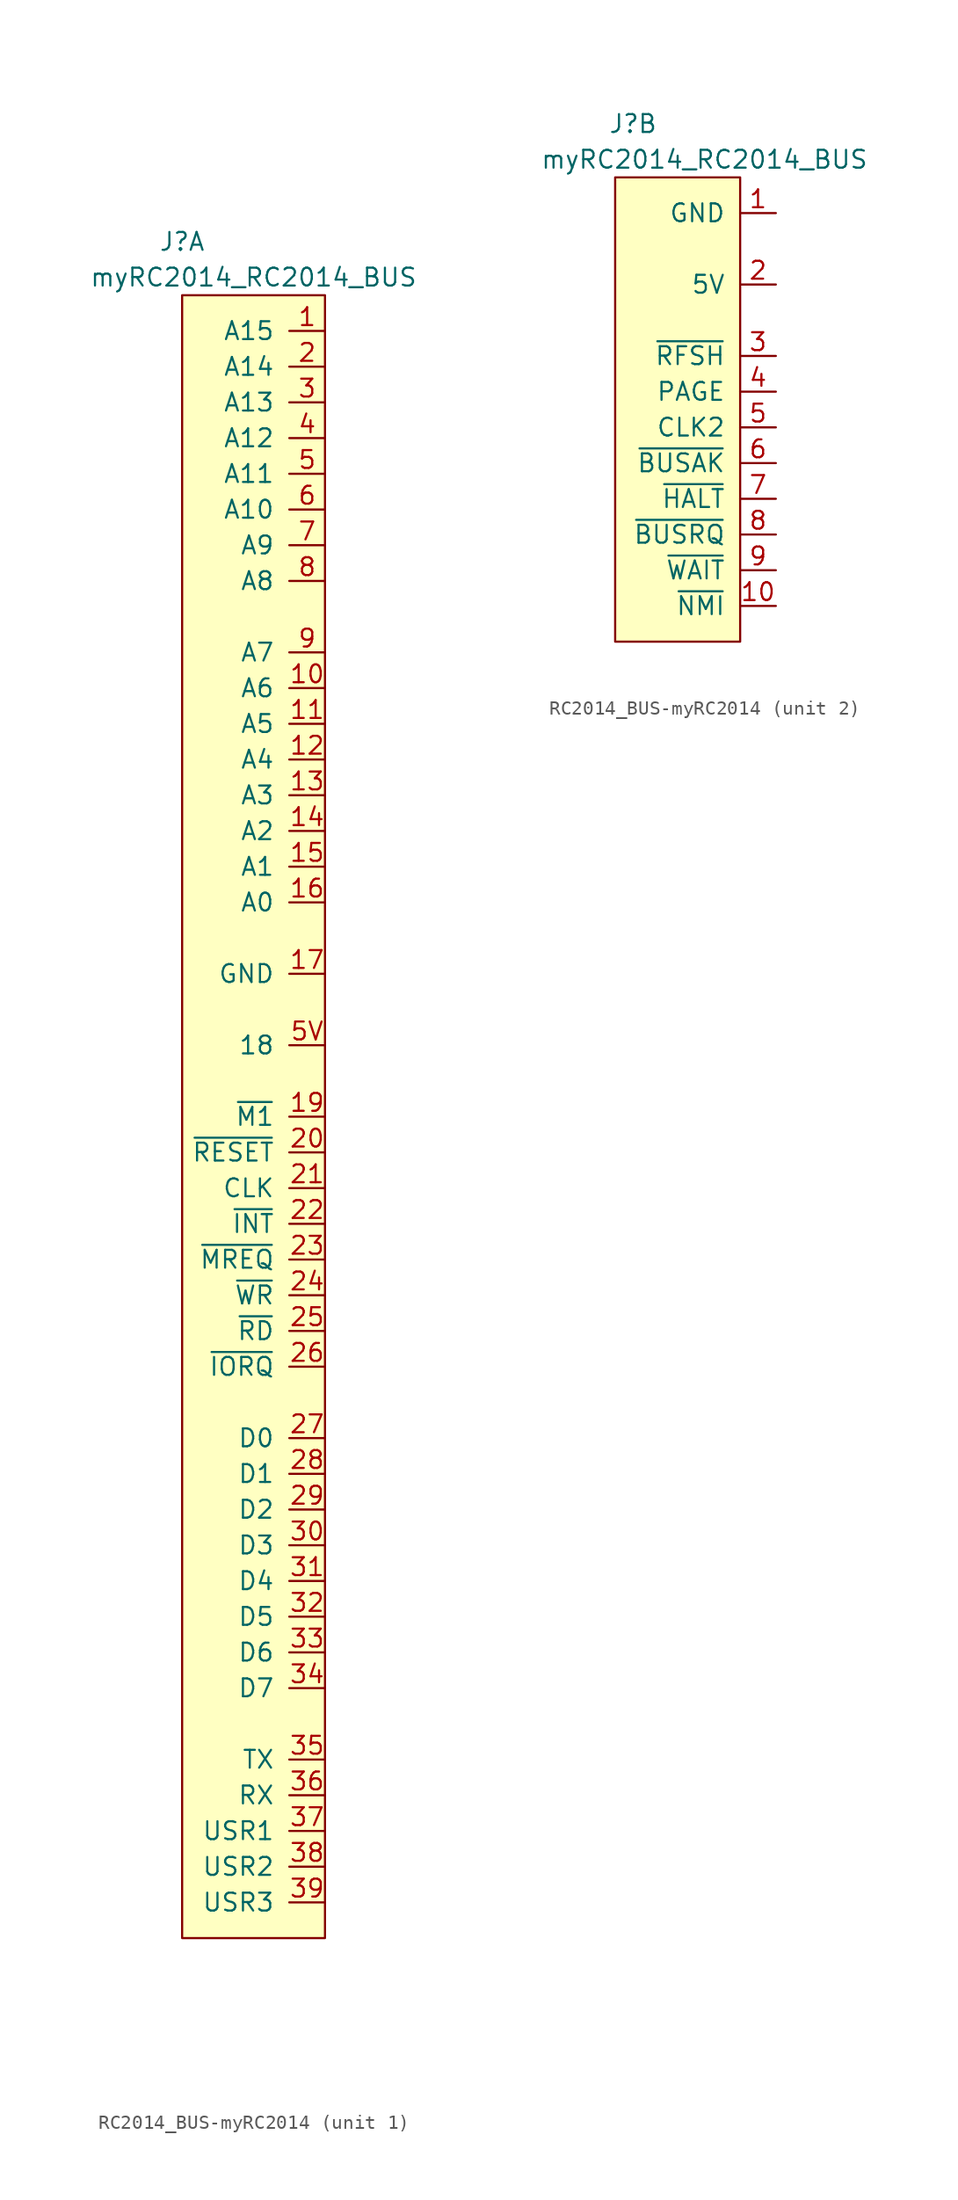
<source format=kicad_sym>
(kicad_symbol_lib
  (version 20220914)
  (generator kicad_symbol_editor)
  (symbol "RC2014_BUS-myRC2014"
    (pin_names
      (offset 1.016))
    (property "Reference" "J"
      (at -10.16 6.35 0)
      (effects (font (size 1.27 1.27))))
    (property "Value" "myRC2014_RC2014_BUS"
      (at -5.08 3.81 0)
      (effects (font (size 1.27 1.27))))
    (property "ki_locked" ""
      (at 0 0 0)
      (effects (font (size 1.27 1.27))))
    (symbol "RC2014_BUS-myRC2014_1_1"
      (rectangle (start 0 2.54) (end -10.16 -114.3) (stroke (width 0) (type solid)) (fill (type background)))
      (pin input line (at 0 0 180) (length 2.54) (name "A15" (effects (font (size 1.27 1.27)))) (number "1" (effects (font (size 1.27 1.27)))))
      (pin input line (at 0 -25.4 180) (length 2.54) (name "A6" (effects (font (size 1.27 1.27)))) (number "10" (effects (font (size 1.27 1.27)))))
      (pin input line (at 0 -27.94 180) (length 2.54) (name "A5" (effects (font (size 1.27 1.27)))) (number "11" (effects (font (size 1.27 1.27)))))
      (pin input line (at 0 -30.48 180) (length 2.54) (name "A4" (effects (font (size 1.27 1.27)))) (number "12" (effects (font (size 1.27 1.27)))))
      (pin input line (at 0 -33.02 180) (length 2.54) (name "A3" (effects (font (size 1.27 1.27)))) (number "13" (effects (font (size 1.27 1.27)))))
      (pin input line (at 0 -35.56 180) (length 2.54) (name "A2" (effects (font (size 1.27 1.27)))) (number "14" (effects (font (size 1.27 1.27)))))
      (pin input line (at 0 -38.1 180) (length 2.54) (name "A1" (effects (font (size 1.27 1.27)))) (number "15" (effects (font (size 1.27 1.27)))))
      (pin input line (at 0 -40.64 180) (length 2.54) (name "A0" (effects (font (size 1.27 1.27)))) (number "16" (effects (font (size 1.27 1.27)))))
      (pin input line (at 0 -45.72 180) (length 2.54) (name "GND" (effects (font (size 1.27 1.27)))) (number "17" (effects (font (size 1.27 1.27)))))
      (pin input line (at 0 -55.88 180) (length 2.54) (name "~{M1}" (effects (font (size 1.27 1.27)))) (number "19" (effects (font (size 1.27 1.27)))))
      (pin input line (at 0 -2.54 180) (length 2.54) (name "A14" (effects (font (size 1.27 1.27)))) (number "2" (effects (font (size 1.27 1.27)))))
      (pin input line (at 0 -58.42 180) (length 2.54) (name "~{RESET}" (effects (font (size 1.27 1.27)))) (number "20" (effects (font (size 1.27 1.27)))))
      (pin input line (at 0 -60.96 180) (length 2.54) (name "CLK" (effects (font (size 1.27 1.27)))) (number "21" (effects (font (size 1.27 1.27)))))
      (pin input line (at 0 -63.5 180) (length 2.54) (name "~{INT}" (effects (font (size 1.27 1.27)))) (number "22" (effects (font (size 1.27 1.27)))))
      (pin input line (at 0 -66.04 180) (length 2.54) (name "~{MREQ}" (effects (font (size 1.27 1.27)))) (number "23" (effects (font (size 1.27 1.27)))))
      (pin input line (at 0 -68.58 180) (length 2.54) (name "~{WR}" (effects (font (size 1.27 1.27)))) (number "24" (effects (font (size 1.27 1.27)))))
      (pin input line (at 0 -71.12 180) (length 2.54) (name "~{RD}" (effects (font (size 1.27 1.27)))) (number "25" (effects (font (size 1.27 1.27)))))
      (pin input line (at 0 -73.66 180) (length 2.54) (name "~{IORQ}" (effects (font (size 1.27 1.27)))) (number "26" (effects (font (size 1.27 1.27)))))
      (pin input line (at 0 -78.74 180) (length 2.54) (name "D0" (effects (font (size 1.27 1.27)))) (number "27" (effects (font (size 1.27 1.27)))))
      (pin input line (at 0 -81.28 180) (length 2.54) (name "D1" (effects (font (size 1.27 1.27)))) (number "28" (effects (font (size 1.27 1.27)))))
      (pin input line (at 0 -83.82 180) (length 2.54) (name "D2" (effects (font (size 1.27 1.27)))) (number "29" (effects (font (size 1.27 1.27)))))
      (pin input line (at 0 -5.08 180) (length 2.54) (name "A13" (effects (font (size 1.27 1.27)))) (number "3" (effects (font (size 1.27 1.27)))))
      (pin input line (at 0 -86.36 180) (length 2.54) (name "D3" (effects (font (size 1.27 1.27)))) (number "30" (effects (font (size 1.27 1.27)))))
      (pin input line (at 0 -88.9 180) (length 2.54) (name "D4" (effects (font (size 1.27 1.27)))) (number "31" (effects (font (size 1.27 1.27)))))
      (pin input line (at 0 -91.44 180) (length 2.54) (name "D5" (effects (font (size 1.27 1.27)))) (number "32" (effects (font (size 1.27 1.27)))))
      (pin input line (at 0 -93.98 180) (length 2.54) (name "D6" (effects (font (size 1.27 1.27)))) (number "33" (effects (font (size 1.27 1.27)))))
      (pin input line (at 0 -96.52 180) (length 2.54) (name "D7" (effects (font (size 1.27 1.27)))) (number "34" (effects (font (size 1.27 1.27)))))
      (pin input line (at 0 -101.6 180) (length 2.54) (name "TX" (effects (font (size 1.27 1.27)))) (number "35" (effects (font (size 1.27 1.27)))))
      (pin input line (at 0 -104.14 180) (length 2.54) (name "RX" (effects (font (size 1.27 1.27)))) (number "36" (effects (font (size 1.27 1.27)))))
      (pin input line (at 0 -106.68 180) (length 2.54) (name "USR1" (effects (font (size 1.27 1.27)))) (number "37" (effects (font (size 1.27 1.27)))))
      (pin input line (at 0 -109.22 180) (length 2.54) (name "USR2" (effects (font (size 1.27 1.27)))) (number "38" (effects (font (size 1.27 1.27)))))
      (pin input line (at 0 -111.76 180) (length 2.54) (name "USR3" (effects (font (size 1.27 1.27)))) (number "39" (effects (font (size 1.27 1.27)))))
      (pin input line (at 0 -7.62 180) (length 2.54) (name "A12" (effects (font (size 1.27 1.27)))) (number "4" (effects (font (size 1.27 1.27)))))
      (pin input line (at 0 -10.16 180) (length 2.54) (name "A11" (effects (font (size 1.27 1.27)))) (number "5" (effects (font (size 1.27 1.27)))))
      (pin input line (at 0 -50.8 180) (length 2.54) (name "18" (effects (font (size 1.27 1.27)))) (number "5V" (effects (font (size 1.27 1.27)))))
      (pin input line (at 0 -12.7 180) (length 2.54) (name "A10" (effects (font (size 1.27 1.27)))) (number "6" (effects (font (size 1.27 1.27)))))
      (pin input line (at 0 -15.24 180) (length 2.54) (name "A9" (effects (font (size 1.27 1.27)))) (number "7" (effects (font (size 1.27 1.27)))))
      (pin input line (at 0 -17.78 180) (length 2.54) (name "A8" (effects (font (size 1.27 1.27)))) (number "8" (effects (font (size 1.27 1.27)))))
      (pin input line (at 0 -22.86 180) (length 2.54) (name "A7" (effects (font (size 1.27 1.27)))) (number "9" (effects (font (size 1.27 1.27))))))
    (symbol "RC2014_BUS-myRC2014_2_1"
      (rectangle (start -2.54 2.54) (end -11.43 -30.48) (stroke (width 0) (type solid)) (fill (type background)))
      (pin input line (at 0 0 180) (length 2.54) (name "GND" (effects (font (size 1.27 1.27)))) (number "1" (effects (font (size 1.27 1.27)))))
      (pin input line (at 0 -27.94 180) (length 2.54) (name "~{NMI}" (effects (font (size 1.27 1.27)))) (number "10" (effects (font (size 1.27 1.27)))))
      (pin input line (at 0 -5.08 180) (length 2.54) (name "5V" (effects (font (size 1.27 1.27)))) (number "2" (effects (font (size 1.27 1.27)))))
      (pin input line (at 0 -10.16 180) (length 2.54) (name "~{RFSH}" (effects (font (size 1.27 1.27)))) (number "3" (effects (font (size 1.27 1.27)))))
      (pin input line (at 0 -12.7 180) (length 2.54) (name "PAGE" (effects (font (size 1.27 1.27)))) (number "4" (effects (font (size 1.27 1.27)))))
      (pin input line (at 0 -15.24 180) (length 2.54) (name "CLK2" (effects (font (size 1.27 1.27)))) (number "5" (effects (font (size 1.27 1.27)))))
      (pin input line (at 0 -17.78 180) (length 2.54) (name "~{BUSAK}" (effects (font (size 1.27 1.27)))) (number "6" (effects (font (size 1.27 1.27)))))
      (pin input line (at 0 -20.32 180) (length 2.54) (name "~{HALT}" (effects (font (size 1.27 1.27)))) (number "7" (effects (font (size 1.27 1.27)))))
      (pin input line (at 0 -22.86 180) (length 2.54) (name "~{BUSRQ}" (effects (font (size 1.27 1.27)))) (number "8" (effects (font (size 1.27 1.27)))))
      (pin input line (at 0 -25.4 180) (length 2.54) (name "~{WAIT}" (effects (font (size 1.27 1.27)))) (number "9" (effects (font (size 1.27 1.27))))))))
</source>
